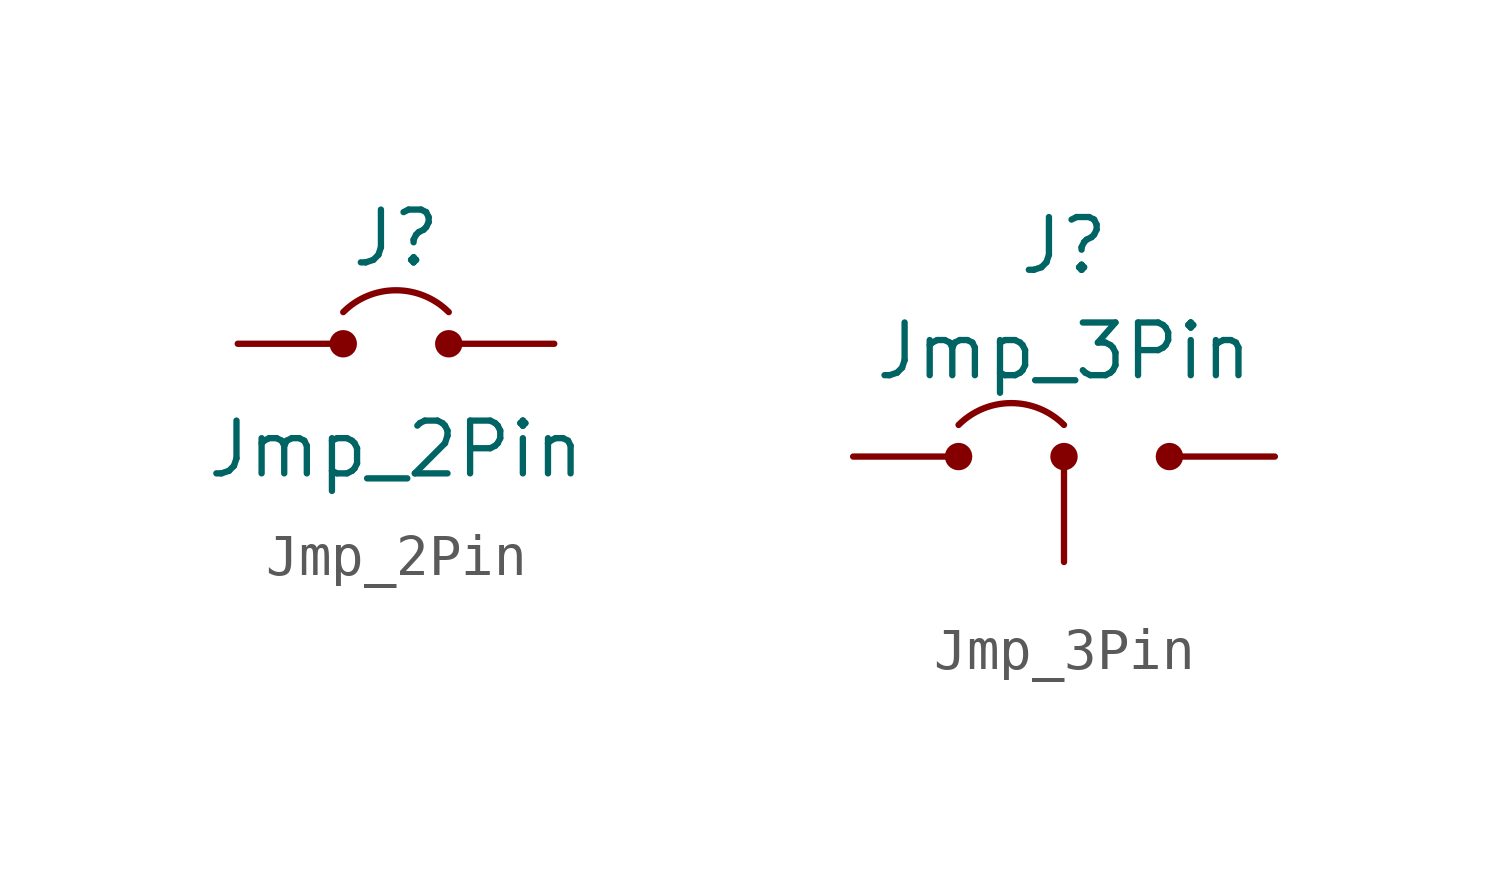
<source format=kicad_sym>
(kicad_symbol_lib
  (version 20220914)
  (generator kicad_symbol_editor)
  (symbol "Jmp_2Pin"
    (pin_numbers hide)
    (pin_names hide)
    (property "Reference" "J"
      (at 0 2.54 0)
      (effects (font (size 1.27 1.27))))
    (property "Value" "Jmp_2Pin"
      (at 0 -2.54 0)
      (effects (font (size 1.27 1.27))))
    (symbol "Jmp_2Pin_1_1"
      (circle (center -1.27 0) (radius 0.254) (stroke (width 0) (type default)) (fill (type outline)))
      (circle (center 1.27 0) (radius 0.254) (stroke (width 0) (type default)) (fill (type outline)))
      (arc (start 1.27 0.762) (mid 0 1.288) (end -1.27 0.762) (stroke (width 0) (type default)) (fill (type none)))
      (pin passive line (at -3.81 0 0) (length 2.54) (name "" (effects (font (size 1.27 1.27)))) (number "1" (effects (font (size 1.27 1.27)))))
      (pin passive line (at 3.81 0 180) (length 2.54) (name "" (effects (font (size 1.27 1.27)))) (number "2" (effects (font (size 1.27 1.27)))))))
  (symbol "Jmp_3Pin"
    (pin_numbers hide)
    (pin_names hide)
    (property "Reference" "J"
      (at 0 5.08 0)
      (effects (font (size 1.27 1.27))))
    (property "Value" "Jmp_3Pin"
      (at 0 2.54 0)
      (effects (font (size 1.27 1.27))))
    (symbol "Jmp_3Pin_1_1"
      (circle (center -2.54 0) (radius 0.254) (stroke (width 0) (type default)) (fill (type outline)))
      (circle (center 0 0) (radius 0.254) (stroke (width 0) (type default)) (fill (type outline)))
      (arc (start 0 0.7621) (mid -1.27 1.2881) (end -2.54 0.7621) (stroke (width 0) (type default)) (fill (type none)))
      (circle (center 2.54 0) (radius 0.254) (stroke (width 0) (type default)) (fill (type outline)))
      (pin passive line (at -5.08 0 0) (length 2.54) (name "" (effects (font (size 1.27 1.27)))) (number "1" (effects (font (size 1.27 1.27)))))
      (pin passive line (at 0 -2.54 90) (length 2.54) (name "" (effects (font (size 1.27 1.27)))) (number "2" (effects (font (size 1.27 1.27)))))
      (pin passive line (at 5.08 0 180) (length 2.54) (name "" (effects (font (size 1.27 1.27)))) (number "3" (effects (font (size 1.27 1.27))))))))
</source>
